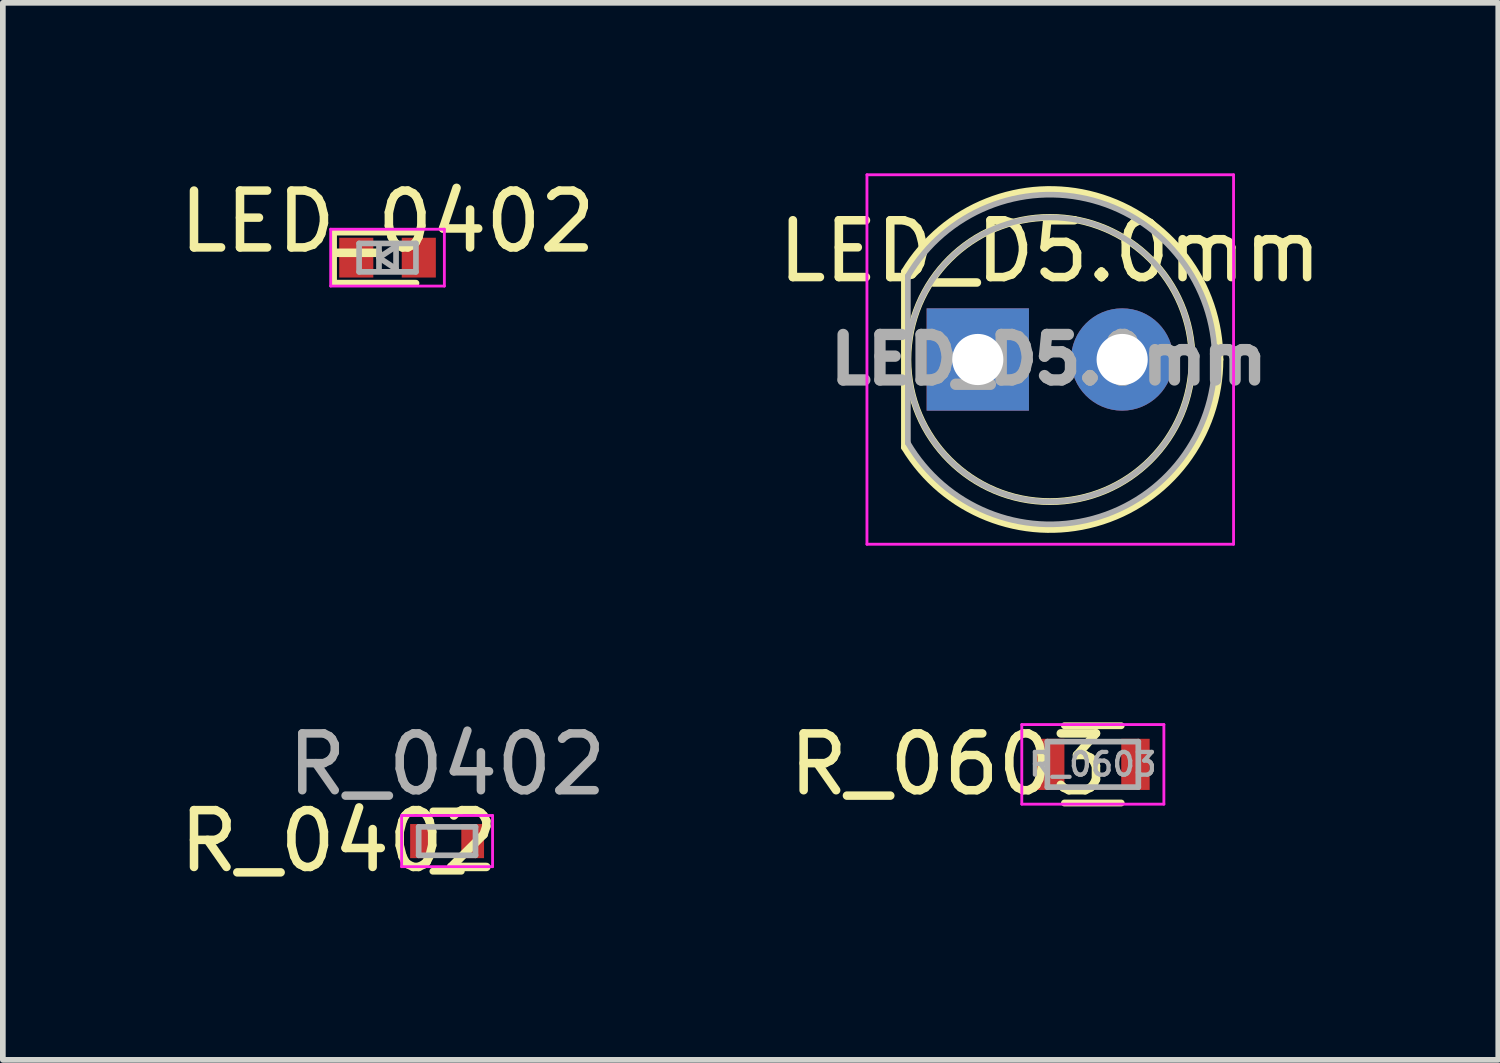
<source format=kicad_pcb>
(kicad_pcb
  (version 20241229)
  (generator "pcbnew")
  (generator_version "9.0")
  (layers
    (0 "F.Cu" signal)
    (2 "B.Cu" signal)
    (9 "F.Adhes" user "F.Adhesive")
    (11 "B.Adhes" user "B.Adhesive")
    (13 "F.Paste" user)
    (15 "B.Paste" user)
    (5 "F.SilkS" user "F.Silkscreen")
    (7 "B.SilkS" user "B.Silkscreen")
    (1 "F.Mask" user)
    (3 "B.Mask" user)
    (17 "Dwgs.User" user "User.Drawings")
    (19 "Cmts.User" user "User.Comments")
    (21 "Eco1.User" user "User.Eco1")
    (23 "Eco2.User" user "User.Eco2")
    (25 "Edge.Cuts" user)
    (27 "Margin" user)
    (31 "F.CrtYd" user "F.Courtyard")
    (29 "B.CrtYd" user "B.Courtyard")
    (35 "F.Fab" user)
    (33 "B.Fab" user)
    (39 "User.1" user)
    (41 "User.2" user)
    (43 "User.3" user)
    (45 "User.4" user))
  (footprint "R_0603"
    (layer "F.Cu")
    (at 16.177 10.398)
    (property "Reference" "R_0603" (at -2.54 0 0) (layer "F.SilkS") (effects (font (size 1 1) (thickness 0.15))))
    (attr smd)
    (fp_line (start -0.5 -0.68) (end 0.5 -0.68) (stroke (width 0.12) (type solid)) (layer "F.SilkS"))
    (fp_line (start 0.5 0.68) (end -0.5 0.68) (stroke (width 0.12) (type solid)) (layer "F.SilkS"))
    (fp_line (start -1.25 -0.7) (end -1.25 0.7) (stroke (width 0.05) (type solid)) (layer "F.CrtYd"))
    (fp_line (start -1.25 -0.7) (end 1.25 -0.7) (stroke (width 0.05) (type solid)) (layer "F.CrtYd"))
    (fp_line (start 1.25 0.7) (end -1.25 0.7) (stroke (width 0.05) (type solid)) (layer "F.CrtYd"))
    (fp_line (start 1.25 0.7) (end 1.25 -0.7) (stroke (width 0.05) (type solid)) (layer "F.CrtYd"))
    (fp_line (start -0.8 -0.4) (end 0.8 -0.4) (stroke (width 0.1) (type solid)) (layer "F.Fab"))
    (fp_line (start -0.8 0.4) (end -0.8 -0.4) (stroke (width 0.1) (type solid)) (layer "F.Fab"))
    (fp_line (start 0.8 -0.4) (end 0.8 0.4) (stroke (width 0.1) (type solid)) (layer "F.Fab"))
    (fp_line (start 0.8 0.4) (end -0.8 0.4) (stroke (width 0.1) (type solid)) (layer "F.Fab"))
    (fp_text user "${REFERENCE}" (at 0 0 0) (layer "F.Fab") (effects (font (size 0.4 0.4) (thickness 0.075))))
    (pad "1" smd rect (at -0.75 0) (size 0.5 0.9) (layers "F.Cu" "F.Mask" "F.Paste"))
    (pad "2" smd rect (at 0.75 0) (size 0.5 0.9) (layers "F.Cu" "F.Mask" "F.Paste")))
  (footprint "LED_0402"
    (layer "F.Cu")
    (at 3.768 1.483)
    (property "Reference" "LED_0402" (at 0 -0.635 0) (layer "F.SilkS") (effects (font (size 1 1) (thickness 0.15))))
    (attr smd)
    (fp_line (start -0.95 -0.45) (end -0.95 0.45) (stroke (width 0.12) (type solid)) (layer "F.SilkS"))
    (fp_line (start -0.95 -0.45) (end 0.5 -0.45) (stroke (width 0.12) (type solid)) (layer "F.SilkS"))
    (fp_line (start -0.95 0.45) (end 0.5 0.45) (stroke (width 0.12) (type solid)) (layer "F.SilkS"))
    (fp_line (start -1 -0.5) (end 1 -0.5) (stroke (width 0.05) (type solid)) (layer "F.CrtYd"))
    (fp_line (start -1 0.5) (end -1 -0.5) (stroke (width 0.05) (type solid)) (layer "F.CrtYd"))
    (fp_line (start 1 -0.5) (end 1 0.5) (stroke (width 0.05) (type solid)) (layer "F.CrtYd"))
    (fp_line (start 1 0.5) (end -1 0.5) (stroke (width 0.05) (type solid)) (layer "F.CrtYd"))
    (fp_line (start -0.5 -0.25) (end 0.5 -0.25) (stroke (width 0.1) (type solid)) (layer "F.Fab"))
    (fp_line (start -0.5 0.25) (end -0.5 -0.25) (stroke (width 0.1) (type solid)) (layer "F.Fab"))
    (fp_line (start -0.15 -0.2) (end -0.15 0.2) (stroke (width 0.1) (type solid)) (layer "F.Fab"))
    (fp_line (start -0.15 0) (end 0.15 -0.2) (stroke (width 0.1) (type solid)) (layer "F.Fab"))
    (fp_line (start 0.15 -0.2) (end 0.15 0.2) (stroke (width 0.1) (type solid)) (layer "F.Fab"))
    (fp_line (start 0.15 0.2) (end -0.15 0) (stroke (width 0.1) (type solid)) (layer "F.Fab"))
    (fp_line (start 0.5 -0.25) (end 0.5 0.25) (stroke (width 0.1) (type solid)) (layer "F.Fab"))
    (fp_line (start 0.5 0.25) (end -0.5 0.25) (stroke (width 0.1) (type solid)) (layer "F.Fab"))
    (pad "1" smd rect (at -0.55 0 180) (size 0.6 0.7) (layers "F.Cu" "F.Mask" "F.Paste"))
    (pad "2" smd rect (at 0.55 0 180) (size 0.6 0.7) (layers "F.Cu" "F.Mask" "F.Paste")))
  (footprint "LED_D5.0mm"
    (layer "F.Cu")
    (at 14.153 3.275)
    (property "Reference" "LED_D5.0mm" (at 1.27 -1.905 0) (layer "F.SilkS") (effects (font (size 1 1) (thickness 0.15))))
    (attr through_hole)
    (fp_line (start -1.29 -1.545) (end -1.29 1.545) (stroke (width 0.12) (type solid)) (layer "F.SilkS"))
    (fp_arc (start -1.29 -1.54483) (mid 2.072002 -2.880433) (end 4.26 0.000462) (stroke (width 0.12) (type solid)) (layer "F.SilkS"))
    (fp_arc (start 4.26 -0.000462) (mid 2.072002 2.880433) (end -1.29 1.54483) (stroke (width 0.12) (type solid)) (layer "F.SilkS"))
    (fp_circle (center 1.27 0) (end 3.77 0) (stroke (width 0.12) (type solid)) (fill no) (layer "F.SilkS"))
    (fp_line (start -1.95 -3.25) (end -1.95 3.25) (stroke (width 0.05) (type solid)) (layer "F.CrtYd"))
    (fp_line (start -1.95 3.25) (end 4.5 3.25) (stroke (width 0.05) (type solid)) (layer "F.CrtYd"))
    (fp_line (start 4.5 -3.25) (end -1.95 -3.25) (stroke (width 0.05) (type solid)) (layer "F.CrtYd"))
    (fp_line (start 4.5 3.25) (end 4.5 -3.25) (stroke (width 0.05) (type solid)) (layer "F.CrtYd"))
    (fp_line (start -1.23 -1.47) (end -1.23 1.47) (stroke (width 0.1) (type solid)) (layer "F.Fab"))
    (fp_arc (start -1.23 -1.469694) (mid 4.17 0.000016) (end -1.230016 1.469666) (stroke (width 0.1) (type solid)) (layer "F.Fab"))
    (fp_circle (center 1.27 0) (end 3.77 0) (stroke (width 0.1) (type solid)) (fill no) (layer "F.Fab"))
    (fp_text user "${REFERENCE}" (at 1.25 0 0) (layer "F.Fab") (effects (font (size 0.8 0.8) (thickness 0.2))))
    (pad "1" thru_hole rect (at 0 0) (size 1.8 1.8) (drill 0.9) (layers "*.Cu" "*.Mask"))
    (pad "2" thru_hole circle (at 2.54 0) (size 1.8 1.8) (drill 0.9) (layers "*.Cu" "*.Mask")))
  (footprint "R_0402"
    (layer "F.Cu")
    (at 4.816 11.748)
    (property "Reference" "R_0402" (at -1.905 0 0) (layer "F.SilkS") (effects (font (size 1 1) (thickness 0.15))))
    (attr smd)
    (fp_line (start -0.25 0.53) (end 0.25 0.53) (stroke (width 0.12) (type solid)) (layer "F.SilkS"))
    (fp_line (start 0.25 -0.53) (end -0.25 -0.53) (stroke (width 0.12) (type solid)) (layer "F.SilkS"))
    (fp_line (start -0.8 -0.45) (end -0.8 0.45) (stroke (width 0.05) (type solid)) (layer "F.CrtYd"))
    (fp_line (start -0.8 -0.45) (end 0.8 -0.45) (stroke (width 0.05) (type solid)) (layer "F.CrtYd"))
    (fp_line (start 0.8 0.45) (end -0.8 0.45) (stroke (width 0.05) (type solid)) (layer "F.CrtYd"))
    (fp_line (start 0.8 0.45) (end 0.8 -0.45) (stroke (width 0.05) (type solid)) (layer "F.CrtYd"))
    (fp_line (start -0.5 -0.25) (end 0.5 -0.25) (stroke (width 0.1) (type solid)) (layer "F.Fab"))
    (fp_line (start -0.5 0.25) (end -0.5 -0.25) (stroke (width 0.1) (type solid)) (layer "F.Fab"))
    (fp_line (start 0.5 -0.25) (end 0.5 0.25) (stroke (width 0.1) (type solid)) (layer "F.Fab"))
    (fp_line (start 0.5 0.25) (end -0.5 0.25) (stroke (width 0.1) (type solid)) (layer "F.Fab"))
    (fp_text user "${REFERENCE}" (at 0 -1.35 0) (layer "F.Fab") (effects (font (size 1 1) (thickness 0.15))))
    (pad "1" smd rect (at -0.45 0) (size 0.4 0.6) (layers "F.Cu" "F.Mask" "F.Paste"))
    (pad "2" smd rect (at 0.45 0) (size 0.4 0.6) (layers "F.Cu" "F.Mask" "F.Paste")))
  (gr_rect
    (start -3 -3)
    (end 23.31 15.597)
    (stroke (width 0.1) (type default))
    (fill no)
    (layer "Edge.Cuts")))
</source>
